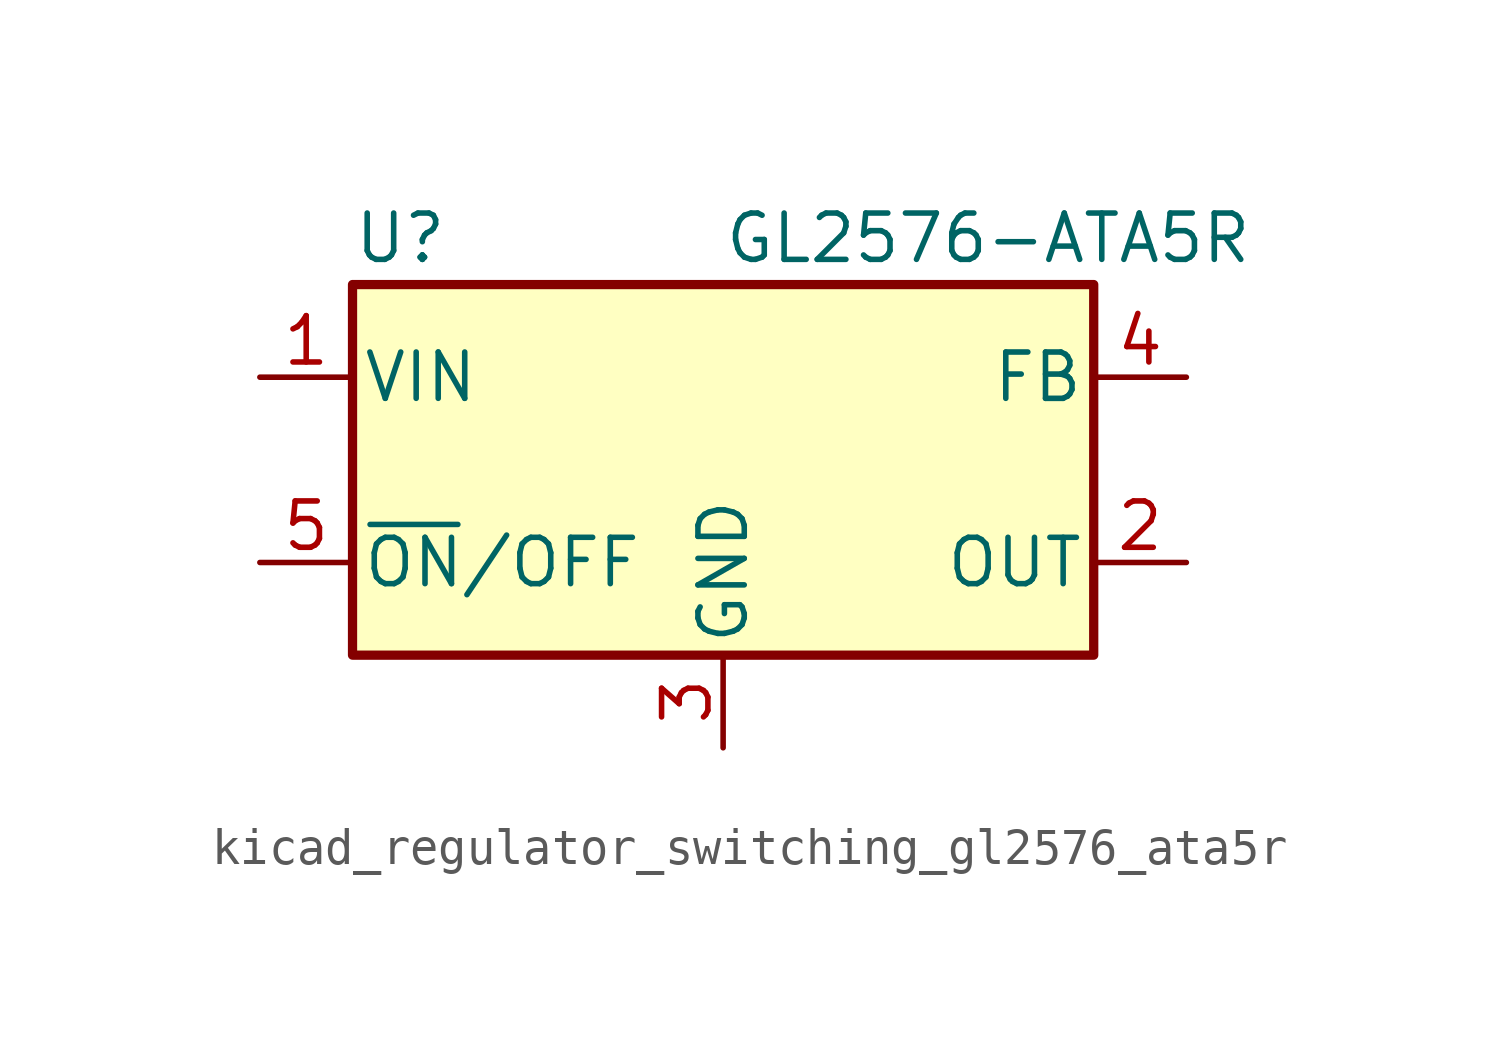
<source format=kicad_sym>
(kicad_symbol_lib
  (version 20220914)
  (generator kicad_symbol_editor)
  (symbol "kicad_regulator_switching_gl2576_ata5r"
    (pin_names
      (offset 0.254))
    (property "Reference" "U"
      (at -10.16 6.35 0)
      (effects (font (size 1.27 1.27)) (justify left)))
    (property "Value" "GL2576-ATA5R"
      (at 0 6.35 0)
      (effects (font (size 1.27 1.27)) (justify left)))
    (symbol "kicad_regulator_switching_gl2576_ata5r_0_1"
      (rectangle (start -10.16 5.08) (end 10.16 -5.08) (stroke (width 0.254) (type default)) (fill (type background))))
    (symbol "kicad_regulator_switching_gl2576_ata5r_1_1"
      (pin power_in line (at -12.7 2.54 0) (length 2.54) (name "VIN" (effects (font (size 1.27 1.27)))) (number "1" (effects (font (size 1.27 1.27)))))
      (pin output line (at 12.7 -2.54 180) (length 2.54) (name "OUT" (effects (font (size 1.27 1.27)))) (number "2" (effects (font (size 1.27 1.27)))))
      (pin power_in line (at 0 -7.62 90) (length 2.54) (name "GND" (effects (font (size 1.27 1.27)))) (number "3" (effects (font (size 1.27 1.27)))))
      (pin input line (at 12.7 2.54 180) (length 2.54) (name "FB" (effects (font (size 1.27 1.27)))) (number "4" (effects (font (size 1.27 1.27)))))
      (pin input line (at -12.7 -2.54 0) (length 2.54) (name "~{ON}/OFF" (effects (font (size 1.27 1.27)))) (number "5" (effects (font (size 1.27 1.27))))))))
</source>
